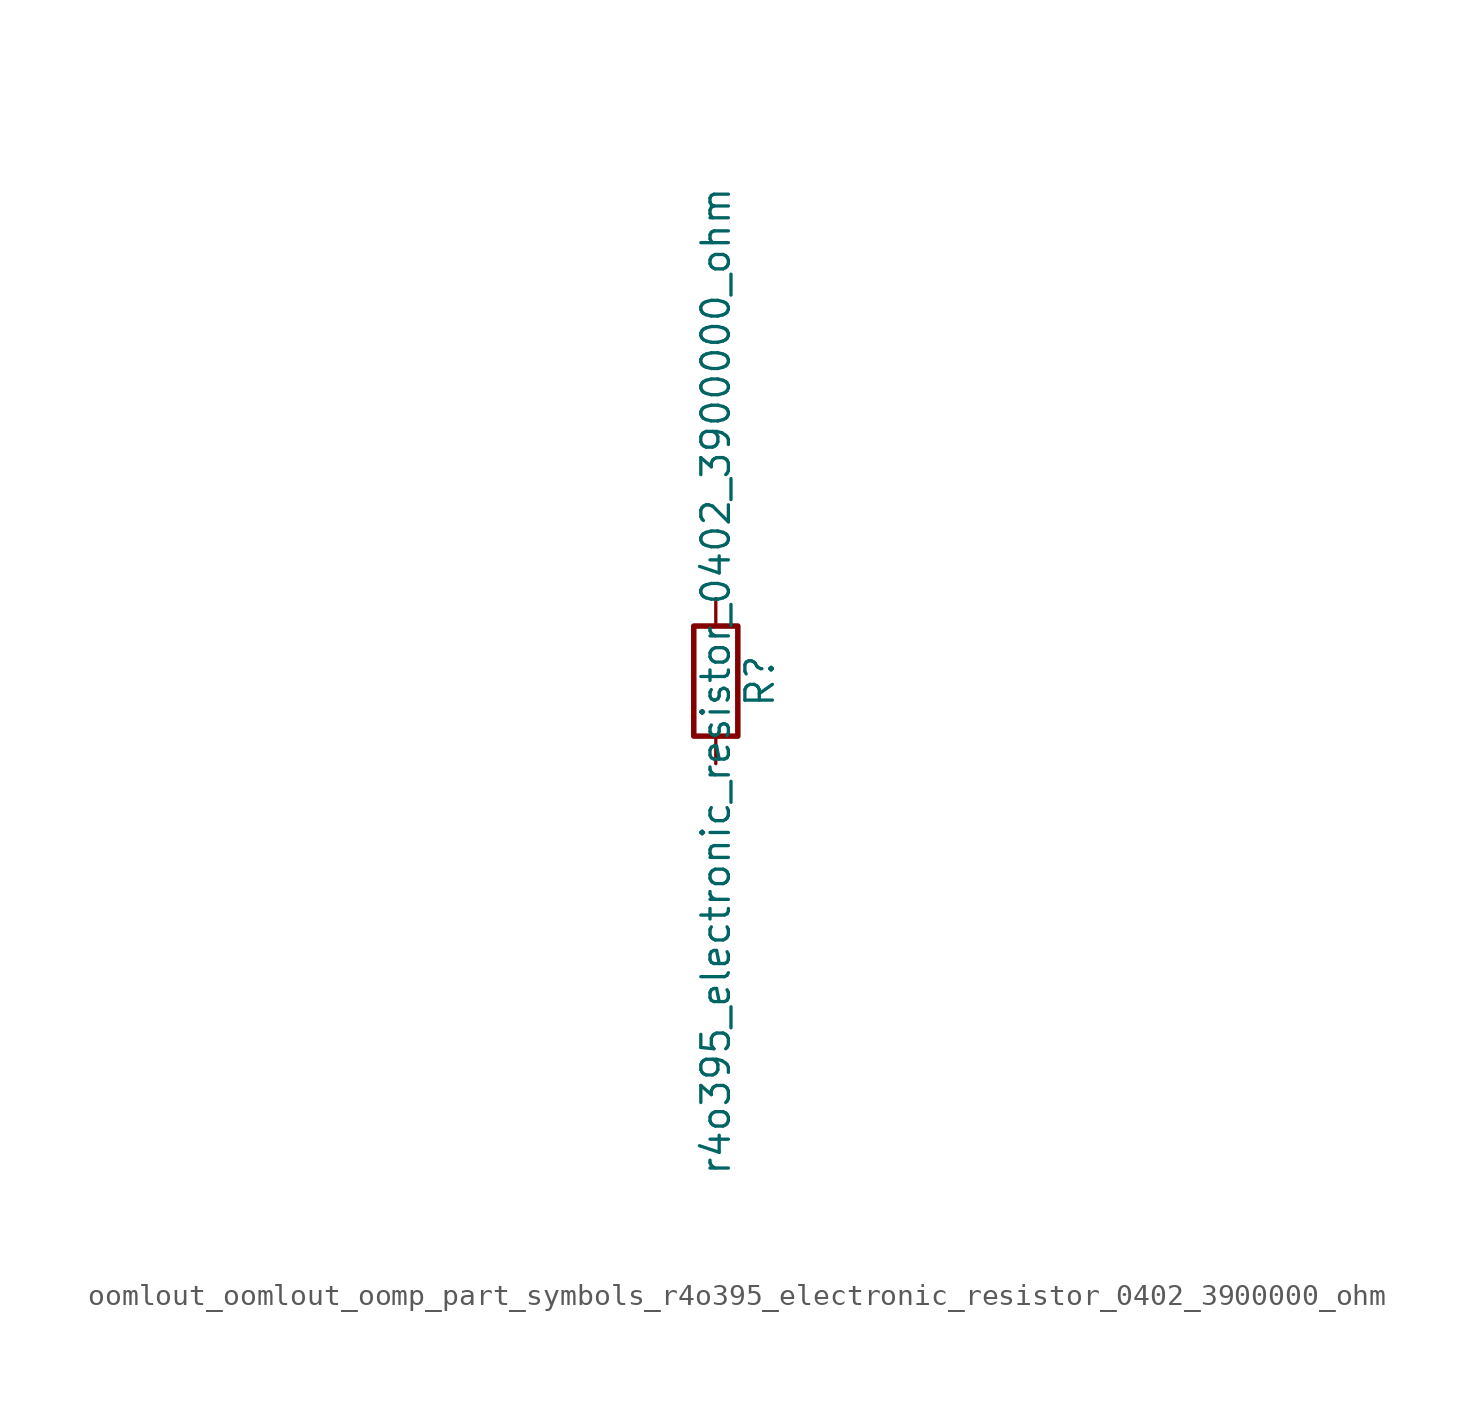
<source format=kicad_sym>
(kicad_symbol_lib
  (version 20220914)
  (generator kicad_symbol_editor)
  (symbol "oomlout_oomlout_oomp_part_symbols_r4o395_electronic_resistor_0402_3900000_ohm"
    (pin_numbers hide)
    (pin_names
      (offset 0))
    (property "Reference" "R"
      (at 2.032 0 90)
      (effects (font (size 1.27 1.27))))
    (property "Value" "r4o395_electronic_resistor_0402_3900000_ohm"
      (at 0 0 90)
      (effects (font (size 1.27 1.27))))
    (symbol "oomlout_oomlout_oomp_part_symbols_r4o395_electronic_resistor_0402_3900000_ohm_0_1"
      (rectangle (start -1.016 -2.54) (end 1.016 2.54) (stroke (width 0.254) (type default)) (fill (type none))))
    (symbol "oomlout_oomlout_oomp_part_symbols_r4o395_electronic_resistor_0402_3900000_ohm_1_1"
      (pin passive line (at 0 3.81 270) (length 1.27) (name "~" (effects (font (size 1.27 1.27)))) (number "1" (effects (font (size 1.27 1.27)))))
      (pin passive line (at 0 -3.81 90) (length 1.27) (name "~" (effects (font (size 1.27 1.27)))) (number "2" (effects (font (size 1.27 1.27))))))))
</source>
